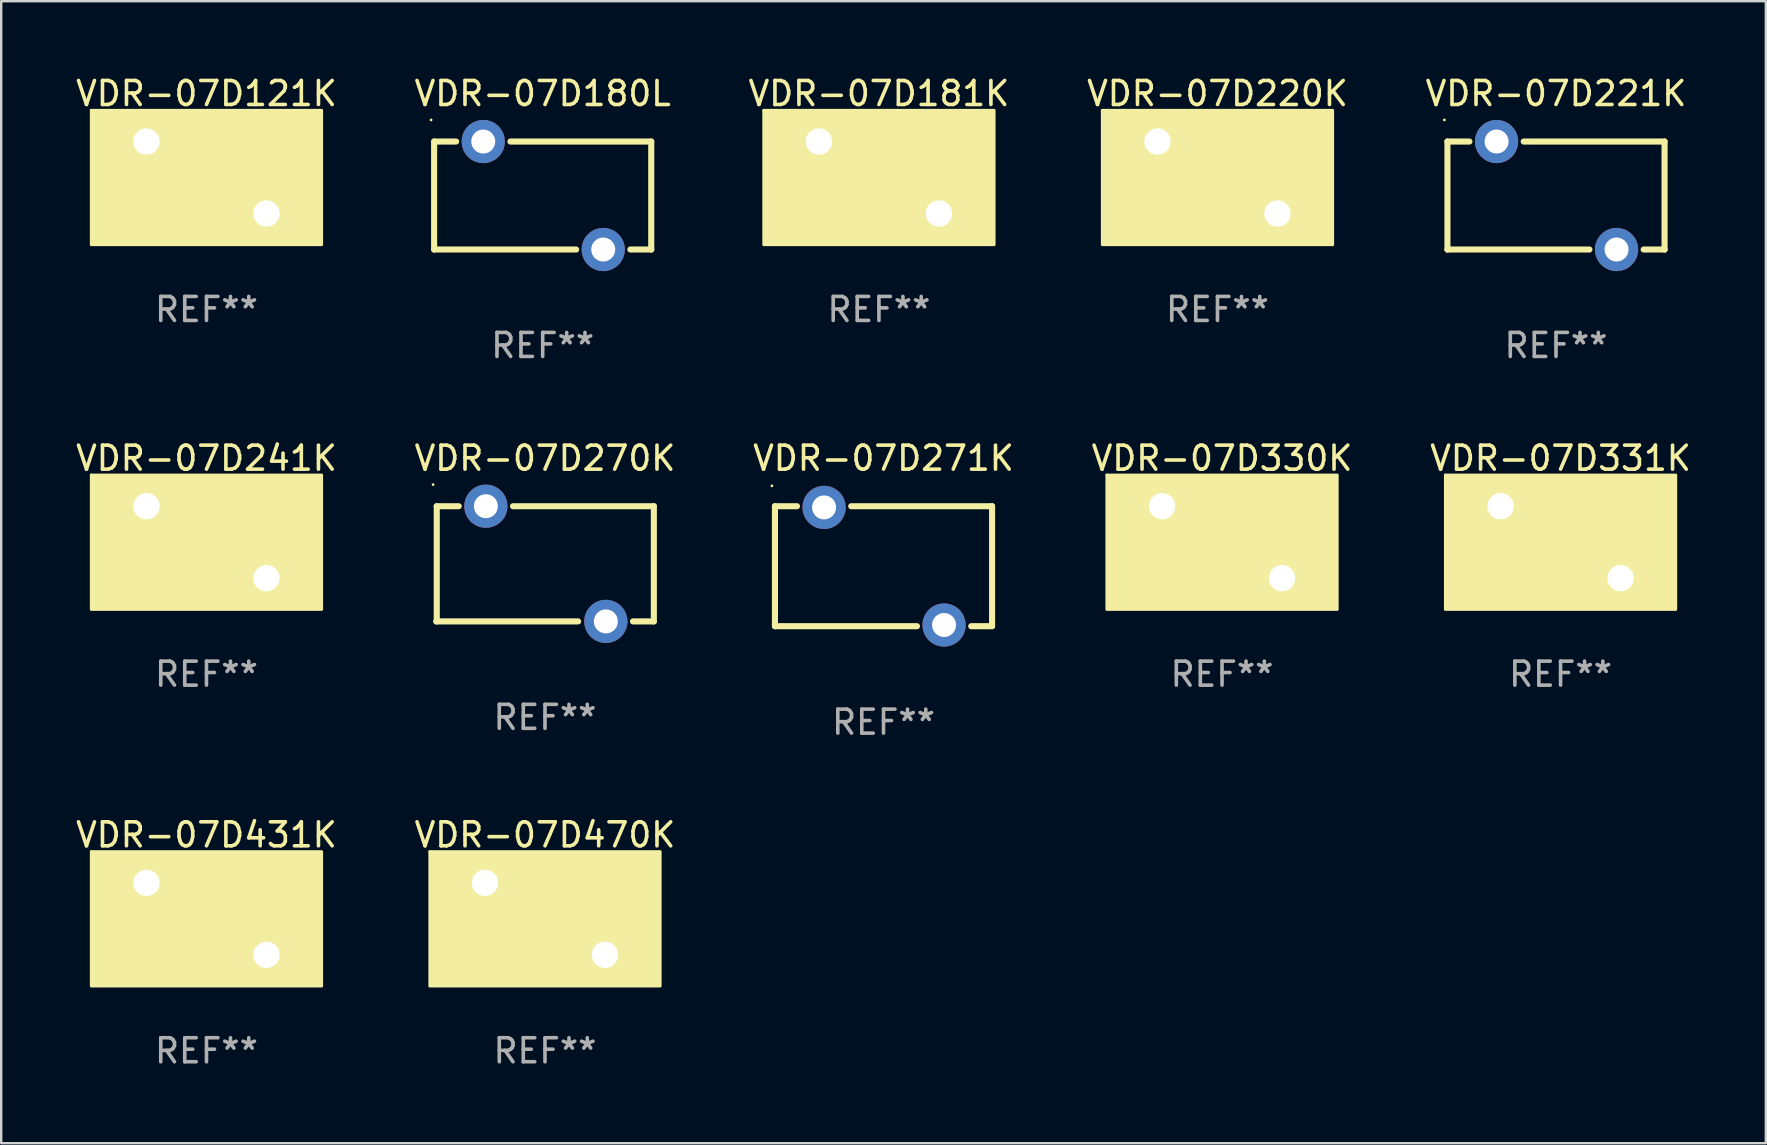
<source format=kicad_pcb>
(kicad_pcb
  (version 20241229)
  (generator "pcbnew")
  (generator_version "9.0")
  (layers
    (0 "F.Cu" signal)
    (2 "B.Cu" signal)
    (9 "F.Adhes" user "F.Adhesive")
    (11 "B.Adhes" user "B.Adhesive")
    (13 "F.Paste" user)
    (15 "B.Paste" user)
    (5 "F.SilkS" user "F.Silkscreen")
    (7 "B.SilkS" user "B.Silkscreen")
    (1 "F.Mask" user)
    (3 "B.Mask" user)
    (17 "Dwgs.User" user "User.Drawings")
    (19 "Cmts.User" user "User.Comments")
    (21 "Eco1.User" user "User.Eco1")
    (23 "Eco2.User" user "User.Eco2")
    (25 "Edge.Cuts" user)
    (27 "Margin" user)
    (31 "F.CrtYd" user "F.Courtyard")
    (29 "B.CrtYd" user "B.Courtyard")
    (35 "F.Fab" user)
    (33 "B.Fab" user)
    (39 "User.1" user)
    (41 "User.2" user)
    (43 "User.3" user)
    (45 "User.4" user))
  (footprint "VDR-07D330K"
    (layer "F.Cu")
    (at 47.875 19.545)
    (property "Reference" "VDR-07D330K" (at 0 -3.5 0) (layer "F.SilkS") (effects (font (size 1 1) (thickness 0.15))))
    (attr through_hole)
    (fp_circle (center -4.8 -2.8) (end -4.77 -2.8) (stroke (width 0.06) (type solid)) (fill no) (layer "F.SilkS"))
    (fp_poly (pts (xy -4.8 -2.8) (xy 4.8 -2.8) (xy 4.8 2.8) (xy -4.8 2.8)) (stroke (width 0.12) (type solid)) (fill yes) (layer "F.SilkS"))
    (fp_text user "REF**" (at 0 5.5 0) (layer "F.Fab") (effects (font (size 1 1) (thickness 0.15))))
    (pad "1" thru_hole circle (at -2.5 -1.5) (size 1.8 1.8) (drill 1.1) (layers "*.Cu" "*.Mask"))
    (pad "2" thru_hole circle (at 2.5 1.5) (size 1.8 1.8) (drill 1.1) (layers "*.Cu" "*.Mask")))
  (footprint "VDR-07D241K"
    (layer "F.Cu")
    (at 5.554 19.545)
    (property "Reference" "VDR-07D241K" (at 0 -3.5 0) (layer "F.SilkS") (effects (font (size 1 1) (thickness 0.15))))
    (attr through_hole)
    (fp_circle (center -4.8 -2.8) (end -4.77 -2.8) (stroke (width 0.06) (type solid)) (fill no) (layer "F.SilkS"))
    (fp_poly (pts (xy -4.8 -2.8) (xy 4.8 -2.8) (xy 4.8 2.8) (xy -4.8 2.8)) (stroke (width 0.12) (type solid)) (fill yes) (layer "F.SilkS"))
    (fp_text user "REF**" (at 0 5.5 0) (layer "F.Fab") (effects (font (size 1 1) (thickness 0.15))))
    (pad "1" thru_hole circle (at -2.5 -1.5) (size 1.8 1.8) (drill 1.1) (layers "*.Cu" "*.Mask"))
    (pad "2" thru_hole circle (at 2.5 1.5) (size 1.8 1.8) (drill 1.1) (layers "*.Cu" "*.Mask")))
  (footprint "VDR-07D221K"
    (layer "F.Cu")
    (at 61.792 5.098)
    (property "Reference" "VDR-07D221K" (at 0 -4.25 0) (layer "F.SilkS") (effects (font (size 1 1) (thickness 0.15))))
    (attr through_hole)
    (fp_line (start -4.524 -2.25) (end -4.524 2.25) (stroke (width 0.254) (type solid)) (layer "F.SilkS"))
    (fp_line (start -4.524 -2.25) (end -3.607 -2.25) (stroke (width 0.254) (type solid)) (layer "F.SilkS"))
    (fp_line (start -4.524 2.25) (end 1.393 2.25) (stroke (width 0.254) (type solid)) (layer "F.SilkS"))
    (fp_line (start -1.346 -2.25) (end 4.524 -2.25) (stroke (width 0.254) (type solid)) (layer "F.SilkS"))
    (fp_line (start 3.654 2.25) (end 4.524 2.25) (stroke (width 0.254) (type solid)) (layer "F.SilkS"))
    (fp_line (start 4.524 -2.25) (end 4.524 2.25) (stroke (width 0.254) (type solid)) (layer "F.SilkS"))
    (fp_circle (center -4.651 -3.15) (end -4.621 -3.15) (stroke (width 0.06) (type solid)) (fill no) (layer "F.SilkS"))
    (fp_text user "REF**" (at 0 6.25 0) (layer "F.Fab") (effects (font (size 1 1) (thickness 0.15))))
    (pad "1" thru_hole circle (at -2.477 -2.25) (size 1.8 1.8) (drill 1) (layers "*.Cu" "*.Mask"))
    (pad "2" thru_hole circle (at 2.523 2.25) (size 1.8 1.8) (drill 1) (layers "*.Cu" "*.Mask")))
  (footprint "VDR-07D181K"
    (layer "F.Cu")
    (at 33.577 4.348)
    (property "Reference" "VDR-07D181K" (at 0 -3.5 0) (layer "F.SilkS") (effects (font (size 1 1) (thickness 0.15))))
    (attr through_hole)
    (fp_circle (center -4.8 -2.8) (end -4.77 -2.8) (stroke (width 0.06) (type solid)) (fill no) (layer "F.SilkS"))
    (fp_poly (pts (xy -4.8 -2.8) (xy 4.8 -2.8) (xy 4.8 2.8) (xy -4.8 2.8)) (stroke (width 0.12) (type solid)) (fill yes) (layer "F.SilkS"))
    (fp_text user "REF**" (at 0 5.5 0) (layer "F.Fab") (effects (font (size 1 1) (thickness 0.15))))
    (pad "1" thru_hole circle (at -2.5 -1.5) (size 1.8 1.8) (drill 1.1) (layers "*.Cu" "*.Mask"))
    (pad "2" thru_hole circle (at 2.5 1.5) (size 1.8 1.8) (drill 1.1) (layers "*.Cu" "*.Mask")))
  (footprint "VDR-07D180L"
    (layer "F.Cu")
    (at 19.565 5.098)
    (property "Reference" "VDR-07D180L" (at 0 -4.25 0) (layer "F.SilkS") (effects (font (size 1 1) (thickness 0.15))))
    (attr through_hole)
    (fp_line (start -4.524 -2.25) (end -4.524 2.25) (stroke (width 0.254) (type solid)) (layer "F.SilkS"))
    (fp_line (start -4.524 -2.25) (end -3.607 -2.25) (stroke (width 0.254) (type solid)) (layer "F.SilkS"))
    (fp_line (start -4.524 2.25) (end 1.393 2.25) (stroke (width 0.254) (type solid)) (layer "F.SilkS"))
    (fp_line (start -1.346 -2.25) (end 4.524 -2.25) (stroke (width 0.254) (type solid)) (layer "F.SilkS"))
    (fp_line (start 3.654 2.25) (end 4.524 2.25) (stroke (width 0.254) (type solid)) (layer "F.SilkS"))
    (fp_line (start 4.524 -2.25) (end 4.524 2.25) (stroke (width 0.254) (type solid)) (layer "F.SilkS"))
    (fp_circle (center -4.651 -3.15) (end -4.621 -3.15) (stroke (width 0.06) (type solid)) (fill no) (layer "F.SilkS"))
    (fp_text user "REF**" (at 0 6.25 0) (layer "F.Fab") (effects (font (size 1 1) (thickness 0.15))))
    (pad "1" thru_hole circle (at -2.477 -2.25) (size 1.8 1.8) (drill 1) (layers "*.Cu" "*.Mask"))
    (pad "2" thru_hole circle (at 2.523 2.25) (size 1.8 1.8) (drill 1) (layers "*.Cu" "*.Mask")))
  (footprint "VDR-07D271K"
    (layer "F.Cu")
    (at 33.768 20.545)
    (property "Reference" "VDR-07D271K" (at 0 -4.5 0) (layer "F.SilkS") (effects (font (size 1 1) (thickness 0.15))))
    (attr through_hole)
    (fp_line (start -4.524 -2.5) (end -4.524 2.5) (stroke (width 0.254) (type solid)) (layer "F.SilkS"))
    (fp_line (start -4.524 -2.5) (end -3.607 -2.5) (stroke (width 0.254) (type solid)) (layer "F.SilkS"))
    (fp_line (start -4.524 2.5) (end 1.393 2.5) (stroke (width 0.254) (type solid)) (layer "F.SilkS"))
    (fp_line (start -1.346 -2.5) (end 4.524 -2.5) (stroke (width 0.254) (type solid)) (layer "F.SilkS"))
    (fp_line (start 3.654 2.5) (end 4.524 2.5) (stroke (width 0.254) (type solid)) (layer "F.SilkS"))
    (fp_line (start 4.524 -2.5) (end 4.524 2.5) (stroke (width 0.254) (type solid)) (layer "F.SilkS"))
    (fp_circle (center -4.651 -3.35) (end -4.621 -3.35) (stroke (width 0.06) (type solid)) (fill no) (layer "F.SilkS"))
    (fp_text user "REF**" (at 0 6.5 0) (layer "F.Fab") (effects (font (size 1 1) (thickness 0.15))))
    (pad "1" thru_hole circle (at -2.477 -2.45) (size 1.8 1.8) (drill 1) (layers "*.Cu" "*.Mask"))
    (pad "2" thru_hole circle (at 2.523 2.45) (size 1.8 1.8) (drill 1) (layers "*.Cu" "*.Mask")))
  (footprint "VDR-07D331K"
    (layer "F.Cu")
    (at 61.982 19.545)
    (property "Reference" "VDR-07D331K" (at 0 -3.5 0) (layer "F.SilkS") (effects (font (size 1 1) (thickness 0.15))))
    (attr through_hole)
    (fp_circle (center -4.8 -2.8) (end -4.77 -2.8) (stroke (width 0.06) (type solid)) (fill no) (layer "F.SilkS"))
    (fp_poly (pts (xy -4.8 -2.8) (xy 4.8 -2.8) (xy 4.8 2.8) (xy -4.8 2.8)) (stroke (width 0.12) (type solid)) (fill yes) (layer "F.SilkS"))
    (fp_text user "REF**" (at 0 5.5 0) (layer "F.Fab") (effects (font (size 1 1) (thickness 0.15))))
    (pad "1" thru_hole circle (at -2.5 -1.5) (size 1.8 1.8) (drill 1.1) (layers "*.Cu" "*.Mask"))
    (pad "2" thru_hole circle (at 2.5 1.5) (size 1.8 1.8) (drill 1.1) (layers "*.Cu" "*.Mask")))
  (footprint "VDR-07D431K"
    (layer "F.Cu")
    (at 5.554 35.241)
    (property "Reference" "VDR-07D431K" (at 0 -3.5 0) (layer "F.SilkS") (effects (font (size 1 1) (thickness 0.15))))
    (attr through_hole)
    (fp_circle (center -4.8 -2.8) (end -4.77 -2.8) (stroke (width 0.06) (type solid)) (fill no) (layer "F.SilkS"))
    (fp_poly (pts (xy -4.8 -2.8) (xy 4.8 -2.8) (xy 4.8 2.8) (xy -4.8 2.8)) (stroke (width 0.12) (type solid)) (fill yes) (layer "F.SilkS"))
    (fp_text user "REF**" (at 0 5.5 0) (layer "F.Fab") (effects (font (size 1 1) (thickness 0.15))))
    (pad "1" thru_hole circle (at -2.5 -1.5) (size 1.8 1.8) (drill 1.1) (layers "*.Cu" "*.Mask"))
    (pad "2" thru_hole circle (at 2.5 1.5) (size 1.8 1.8) (drill 1.1) (layers "*.Cu" "*.Mask")))
  (footprint "VDR-07D270K"
    (layer "F.Cu")
    (at 19.661 20.445)
    (property "Reference" "VDR-07D270K" (at 0 -4.4 0) (layer "F.SilkS") (effects (font (size 1 1) (thickness 0.15))))
    (attr through_hole)
    (fp_line (start -4.536 2.4) (end 1.382 2.4) (stroke (width 0.254) (type solid)) (layer "F.SilkS"))
    (fp_line (start -4.511 -2.4) (end -4.511 2.4) (stroke (width 0.254) (type solid)) (layer "F.SilkS"))
    (fp_line (start -4.511 -2.4) (end -3.594 -2.4) (stroke (width 0.254) (type solid)) (layer "F.SilkS"))
    (fp_line (start -1.333 -2.4) (end 4.536 -2.4) (stroke (width 0.254) (type solid)) (layer "F.SilkS"))
    (fp_line (start 3.667 2.4) (end 4.536 2.4) (stroke (width 0.254) (type solid)) (layer "F.SilkS"))
    (fp_line (start 4.536 -2.4) (end 4.536 2.4) (stroke (width 0.254) (type solid)) (layer "F.SilkS"))
    (fp_circle (center -4.663 -3.3) (end -4.633 -3.3) (stroke (width 0.06) (type solid)) (fill no) (layer "F.SilkS"))
    (fp_text user "REF**" (at 0 6.4 0) (layer "F.Fab") (effects (font (size 1 1) (thickness 0.15))))
    (pad "1" thru_hole circle (at -2.464 -2.4) (size 1.8 1.8) (drill 1) (layers "*.Cu" "*.Mask"))
    (pad "2" thru_hole circle (at 2.536 2.4) (size 1.8 1.8) (drill 1) (layers "*.Cu" "*.Mask")))
  (footprint "VDR-07D470K"
    (layer "F.Cu")
    (at 19.661 35.241)
    (property "Reference" "VDR-07D470K" (at 0 -3.5 0) (layer "F.SilkS") (effects (font (size 1 1) (thickness 0.15))))
    (attr through_hole)
    (fp_circle (center -4.8 -2.8) (end -4.77 -2.8) (stroke (width 0.06) (type solid)) (fill no) (layer "F.SilkS"))
    (fp_poly (pts (xy -4.8 -2.8) (xy 4.8 -2.8) (xy 4.8 2.8) (xy -4.8 2.8)) (stroke (width 0.12) (type solid)) (fill yes) (layer "F.SilkS"))
    (fp_text user "REF**" (at 0 5.5 0) (layer "F.Fab") (effects (font (size 1 1) (thickness 0.15))))
    (pad "1" thru_hole circle (at -2.5 -1.5) (size 1.8 1.8) (drill 1.1) (layers "*.Cu" "*.Mask"))
    (pad "2" thru_hole circle (at 2.5 1.5) (size 1.8 1.8) (drill 1.1) (layers "*.Cu" "*.Mask")))
  (footprint "VDR-07D220K"
    (layer "F.Cu")
    (at 47.685 4.348)
    (property "Reference" "VDR-07D220K" (at 0 -3.5 0) (layer "F.SilkS") (effects (font (size 1 1) (thickness 0.15))))
    (attr through_hole)
    (fp_circle (center -4.8 -2.8) (end -4.77 -2.8) (stroke (width 0.06) (type solid)) (fill no) (layer "F.SilkS"))
    (fp_poly (pts (xy -4.8 -2.8) (xy 4.8 -2.8) (xy 4.8 2.8) (xy -4.8 2.8)) (stroke (width 0.12) (type solid)) (fill yes) (layer "F.SilkS"))
    (fp_text user "REF**" (at 0 5.5 0) (layer "F.Fab") (effects (font (size 1 1) (thickness 0.15))))
    (pad "1" thru_hole circle (at -2.5 -1.5) (size 1.8 1.8) (drill 1.1) (layers "*.Cu" "*.Mask"))
    (pad "2" thru_hole circle (at 2.5 1.5) (size 1.8 1.8) (drill 1.1) (layers "*.Cu" "*.Mask")))
  (footprint "VDR-07D121K"
    (layer "F.Cu")
    (at 5.554 4.348)
    (property "Reference" "VDR-07D121K" (at 0 -3.5 0) (layer "F.SilkS") (effects (font (size 1 1) (thickness 0.15))))
    (attr through_hole)
    (fp_circle (center -4.8 -2.8) (end -4.77 -2.8) (stroke (width 0.06) (type solid)) (fill no) (layer "F.SilkS"))
    (fp_poly (pts (xy -4.8 -2.8) (xy 4.8 -2.8) (xy 4.8 2.8) (xy -4.8 2.8)) (stroke (width 0.12) (type solid)) (fill yes) (layer "F.SilkS"))
    (fp_text user "REF**" (at 0 5.5 0) (layer "F.Fab") (effects (font (size 1 1) (thickness 0.15))))
    (pad "1" thru_hole circle (at -2.5 -1.5) (size 1.8 1.8) (drill 1.1) (layers "*.Cu" "*.Mask"))
    (pad "2" thru_hole circle (at 2.5 1.5) (size 1.8 1.8) (drill 1.1) (layers "*.Cu" "*.Mask")))
  (gr_rect
    (start -3 -3)
    (end 70.536 44.59)
    (stroke (width 0.1) (type default))
    (fill no)
    (layer "Edge.Cuts")))
</source>
